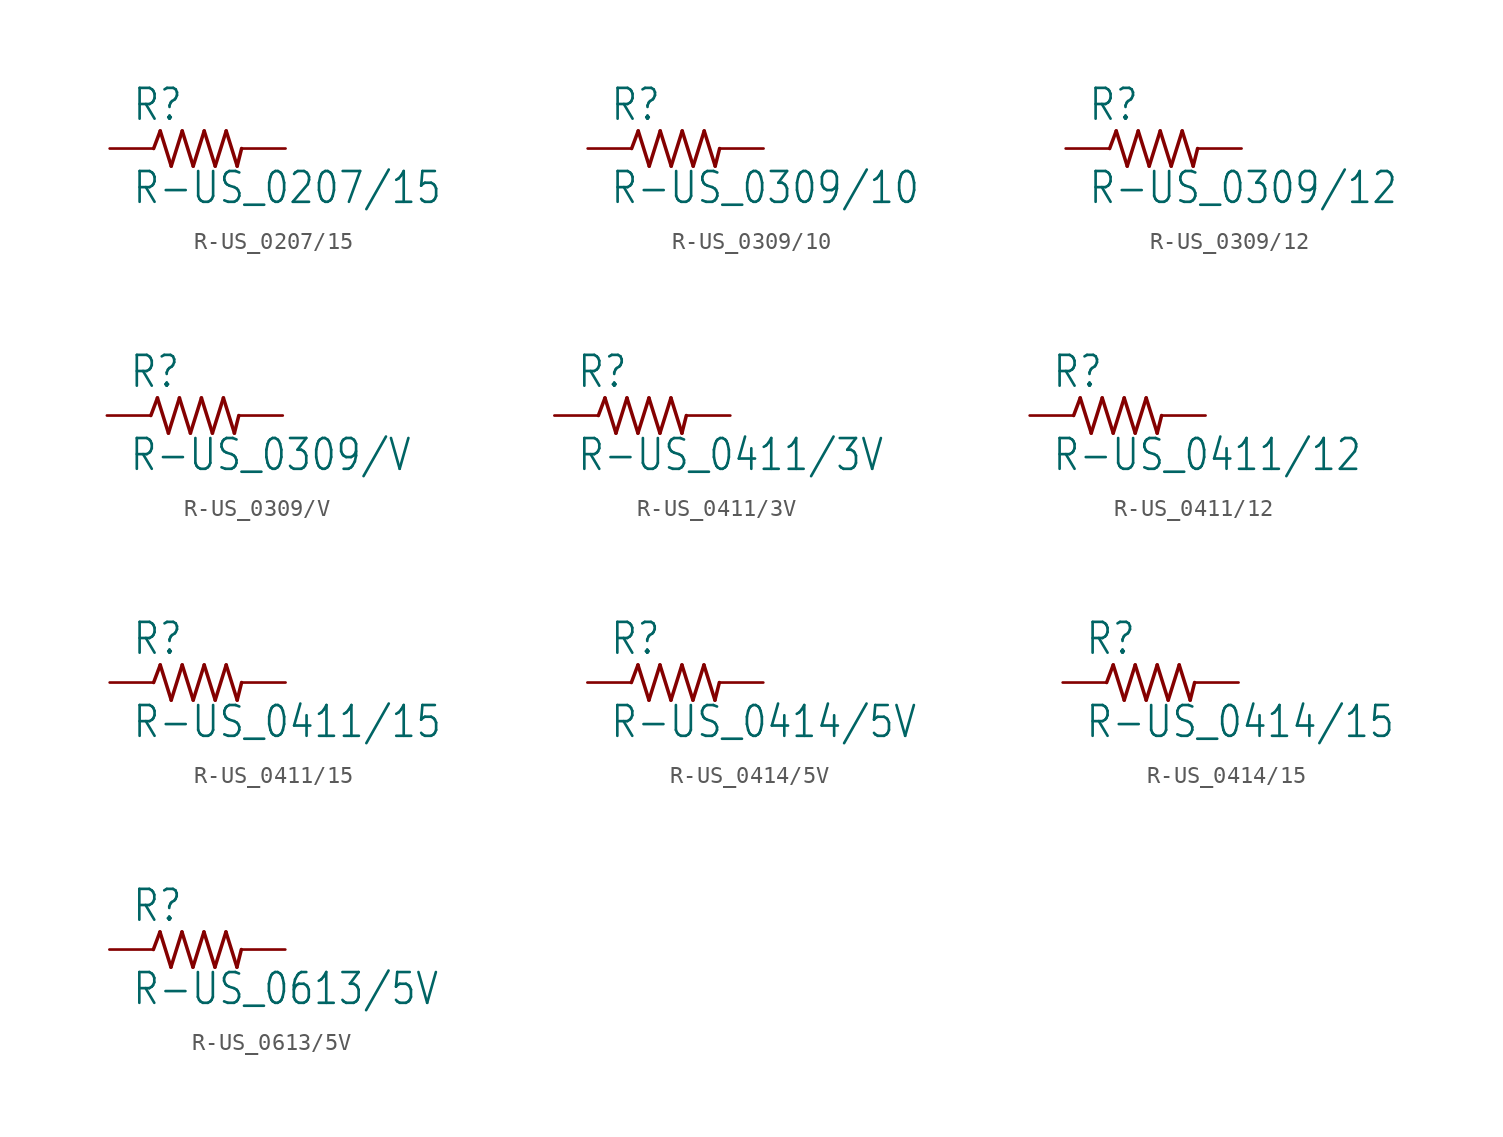
<source format=kicad_sym>
(kicad_symbol_lib
  (version 20220914)
  (generator kicad_symbol_editor)
  (symbol "R-US_0207/15"
    (property "Reference" "R"
      (at -3.81 1.499 0)
      (effects (font (size 1.778 1.511)) (justify left bottom)))
    (property "Value" "R-US_0207{slash}15"
      (at -3.81 -3.302 0)
      (effects (font (size 1.778 1.511)) (justify left bottom)))
    (property "ki_locked" ""
      (at 0 0 0)
      (effects (font (size 1.27 1.27))))
    (symbol "R-US_0207/15_1_0"
      (polyline (pts (xy -2.54 0) (xy -2.159 1.016)) (stroke (width 0.203) (type default)) (fill (type none)))
      (polyline (pts (xy -2.159 1.016) (xy -1.524 -1.016)) (stroke (width 0.203) (type default)) (fill (type none)))
      (polyline (pts (xy -1.524 -1.016) (xy -0.889 1.016)) (stroke (width 0.203) (type default)) (fill (type none)))
      (polyline (pts (xy -0.889 1.016) (xy -0.254 -1.016)) (stroke (width 0.203) (type default)) (fill (type none)))
      (polyline (pts (xy -0.254 -1.016) (xy 0.381 1.016)) (stroke (width 0.203) (type default)) (fill (type none)))
      (polyline (pts (xy 0.381 1.016) (xy 1.016 -1.016)) (stroke (width 0.203) (type default)) (fill (type none)))
      (polyline (pts (xy 1.016 -1.016) (xy 1.651 1.016)) (stroke (width 0.203) (type default)) (fill (type none)))
      (polyline (pts (xy 1.651 1.016) (xy 2.286 -1.016)) (stroke (width 0.203) (type default)) (fill (type none)))
      (polyline (pts (xy 2.286 -1.016) (xy 2.54 0)) (stroke (width 0.203) (type default)) (fill (type none)))
      (pin passive line (at -5.08 0 0) (length 2.54) (name "1" (effects (font (size 0 0)))) (number "1" (effects (font (size 0 0)))))
      (pin passive line (at 5.08 0 180) (length 2.54) (name "2" (effects (font (size 0 0)))) (number "2" (effects (font (size 0 0)))))))
  (symbol "R-US_0309/10"
    (property "Reference" "R"
      (at -3.81 1.499 0)
      (effects (font (size 1.778 1.511)) (justify left bottom)))
    (property "Value" "R-US_0309{slash}10"
      (at -3.81 -3.302 0)
      (effects (font (size 1.778 1.511)) (justify left bottom)))
    (property "ki_locked" ""
      (at 0 0 0)
      (effects (font (size 1.27 1.27))))
    (symbol "R-US_0309/10_1_0"
      (polyline (pts (xy -2.54 0) (xy -2.159 1.016)) (stroke (width 0.203) (type default)) (fill (type none)))
      (polyline (pts (xy -2.159 1.016) (xy -1.524 -1.016)) (stroke (width 0.203) (type default)) (fill (type none)))
      (polyline (pts (xy -1.524 -1.016) (xy -0.889 1.016)) (stroke (width 0.203) (type default)) (fill (type none)))
      (polyline (pts (xy -0.889 1.016) (xy -0.254 -1.016)) (stroke (width 0.203) (type default)) (fill (type none)))
      (polyline (pts (xy -0.254 -1.016) (xy 0.381 1.016)) (stroke (width 0.203) (type default)) (fill (type none)))
      (polyline (pts (xy 0.381 1.016) (xy 1.016 -1.016)) (stroke (width 0.203) (type default)) (fill (type none)))
      (polyline (pts (xy 1.016 -1.016) (xy 1.651 1.016)) (stroke (width 0.203) (type default)) (fill (type none)))
      (polyline (pts (xy 1.651 1.016) (xy 2.286 -1.016)) (stroke (width 0.203) (type default)) (fill (type none)))
      (polyline (pts (xy 2.286 -1.016) (xy 2.54 0)) (stroke (width 0.203) (type default)) (fill (type none)))
      (pin passive line (at -5.08 0 0) (length 2.54) (name "1" (effects (font (size 0 0)))) (number "1" (effects (font (size 0 0)))))
      (pin passive line (at 5.08 0 180) (length 2.54) (name "2" (effects (font (size 0 0)))) (number "2" (effects (font (size 0 0)))))))
  (symbol "R-US_0309/12"
    (property "Reference" "R"
      (at -3.81 1.499 0)
      (effects (font (size 1.778 1.511)) (justify left bottom)))
    (property "Value" "R-US_0309{slash}12"
      (at -3.81 -3.302 0)
      (effects (font (size 1.778 1.511)) (justify left bottom)))
    (property "ki_locked" ""
      (at 0 0 0)
      (effects (font (size 1.27 1.27))))
    (symbol "R-US_0309/12_1_0"
      (polyline (pts (xy -2.54 0) (xy -2.159 1.016)) (stroke (width 0.203) (type default)) (fill (type none)))
      (polyline (pts (xy -2.159 1.016) (xy -1.524 -1.016)) (stroke (width 0.203) (type default)) (fill (type none)))
      (polyline (pts (xy -1.524 -1.016) (xy -0.889 1.016)) (stroke (width 0.203) (type default)) (fill (type none)))
      (polyline (pts (xy -0.889 1.016) (xy -0.254 -1.016)) (stroke (width 0.203) (type default)) (fill (type none)))
      (polyline (pts (xy -0.254 -1.016) (xy 0.381 1.016)) (stroke (width 0.203) (type default)) (fill (type none)))
      (polyline (pts (xy 0.381 1.016) (xy 1.016 -1.016)) (stroke (width 0.203) (type default)) (fill (type none)))
      (polyline (pts (xy 1.016 -1.016) (xy 1.651 1.016)) (stroke (width 0.203) (type default)) (fill (type none)))
      (polyline (pts (xy 1.651 1.016) (xy 2.286 -1.016)) (stroke (width 0.203) (type default)) (fill (type none)))
      (polyline (pts (xy 2.286 -1.016) (xy 2.54 0)) (stroke (width 0.203) (type default)) (fill (type none)))
      (pin passive line (at -5.08 0 0) (length 2.54) (name "1" (effects (font (size 0 0)))) (number "1" (effects (font (size 0 0)))))
      (pin passive line (at 5.08 0 180) (length 2.54) (name "2" (effects (font (size 0 0)))) (number "2" (effects (font (size 0 0)))))))
  (symbol "R-US_0309/V"
    (property "Reference" "R"
      (at -3.81 1.499 0)
      (effects (font (size 1.778 1.511)) (justify left bottom)))
    (property "Value" "R-US_0309{slash}V"
      (at -3.81 -3.302 0)
      (effects (font (size 1.778 1.511)) (justify left bottom)))
    (property "ki_locked" ""
      (at 0 0 0)
      (effects (font (size 1.27 1.27))))
    (symbol "R-US_0309/V_1_0"
      (polyline (pts (xy -2.54 0) (xy -2.159 1.016)) (stroke (width 0.203) (type default)) (fill (type none)))
      (polyline (pts (xy -2.159 1.016) (xy -1.524 -1.016)) (stroke (width 0.203) (type default)) (fill (type none)))
      (polyline (pts (xy -1.524 -1.016) (xy -0.889 1.016)) (stroke (width 0.203) (type default)) (fill (type none)))
      (polyline (pts (xy -0.889 1.016) (xy -0.254 -1.016)) (stroke (width 0.203) (type default)) (fill (type none)))
      (polyline (pts (xy -0.254 -1.016) (xy 0.381 1.016)) (stroke (width 0.203) (type default)) (fill (type none)))
      (polyline (pts (xy 0.381 1.016) (xy 1.016 -1.016)) (stroke (width 0.203) (type default)) (fill (type none)))
      (polyline (pts (xy 1.016 -1.016) (xy 1.651 1.016)) (stroke (width 0.203) (type default)) (fill (type none)))
      (polyline (pts (xy 1.651 1.016) (xy 2.286 -1.016)) (stroke (width 0.203) (type default)) (fill (type none)))
      (polyline (pts (xy 2.286 -1.016) (xy 2.54 0)) (stroke (width 0.203) (type default)) (fill (type none)))
      (pin passive line (at -5.08 0 0) (length 2.54) (name "1" (effects (font (size 0 0)))) (number "1" (effects (font (size 0 0)))))
      (pin passive line (at 5.08 0 180) (length 2.54) (name "2" (effects (font (size 0 0)))) (number "2" (effects (font (size 0 0)))))))
  (symbol "R-US_0411/3V"
    (property "Reference" "R"
      (at -3.81 1.499 0)
      (effects (font (size 1.778 1.511)) (justify left bottom)))
    (property "Value" "R-US_0411{slash}3V"
      (at -3.81 -3.302 0)
      (effects (font (size 1.778 1.511)) (justify left bottom)))
    (property "ki_locked" ""
      (at 0 0 0)
      (effects (font (size 1.27 1.27))))
    (symbol "R-US_0411/3V_1_0"
      (polyline (pts (xy -2.54 0) (xy -2.159 1.016)) (stroke (width 0.203) (type default)) (fill (type none)))
      (polyline (pts (xy -2.159 1.016) (xy -1.524 -1.016)) (stroke (width 0.203) (type default)) (fill (type none)))
      (polyline (pts (xy -1.524 -1.016) (xy -0.889 1.016)) (stroke (width 0.203) (type default)) (fill (type none)))
      (polyline (pts (xy -0.889 1.016) (xy -0.254 -1.016)) (stroke (width 0.203) (type default)) (fill (type none)))
      (polyline (pts (xy -0.254 -1.016) (xy 0.381 1.016)) (stroke (width 0.203) (type default)) (fill (type none)))
      (polyline (pts (xy 0.381 1.016) (xy 1.016 -1.016)) (stroke (width 0.203) (type default)) (fill (type none)))
      (polyline (pts (xy 1.016 -1.016) (xy 1.651 1.016)) (stroke (width 0.203) (type default)) (fill (type none)))
      (polyline (pts (xy 1.651 1.016) (xy 2.286 -1.016)) (stroke (width 0.203) (type default)) (fill (type none)))
      (polyline (pts (xy 2.286 -1.016) (xy 2.54 0)) (stroke (width 0.203) (type default)) (fill (type none)))
      (pin passive line (at -5.08 0 0) (length 2.54) (name "1" (effects (font (size 0 0)))) (number "1" (effects (font (size 0 0)))))
      (pin passive line (at 5.08 0 180) (length 2.54) (name "2" (effects (font (size 0 0)))) (number "2" (effects (font (size 0 0)))))))
  (symbol "R-US_0411/12"
    (property "Reference" "R"
      (at -3.81 1.499 0)
      (effects (font (size 1.778 1.511)) (justify left bottom)))
    (property "Value" "R-US_0411{slash}12"
      (at -3.81 -3.302 0)
      (effects (font (size 1.778 1.511)) (justify left bottom)))
    (property "ki_locked" ""
      (at 0 0 0)
      (effects (font (size 1.27 1.27))))
    (symbol "R-US_0411/12_1_0"
      (polyline (pts (xy -2.54 0) (xy -2.159 1.016)) (stroke (width 0.203) (type default)) (fill (type none)))
      (polyline (pts (xy -2.159 1.016) (xy -1.524 -1.016)) (stroke (width 0.203) (type default)) (fill (type none)))
      (polyline (pts (xy -1.524 -1.016) (xy -0.889 1.016)) (stroke (width 0.203) (type default)) (fill (type none)))
      (polyline (pts (xy -0.889 1.016) (xy -0.254 -1.016)) (stroke (width 0.203) (type default)) (fill (type none)))
      (polyline (pts (xy -0.254 -1.016) (xy 0.381 1.016)) (stroke (width 0.203) (type default)) (fill (type none)))
      (polyline (pts (xy 0.381 1.016) (xy 1.016 -1.016)) (stroke (width 0.203) (type default)) (fill (type none)))
      (polyline (pts (xy 1.016 -1.016) (xy 1.651 1.016)) (stroke (width 0.203) (type default)) (fill (type none)))
      (polyline (pts (xy 1.651 1.016) (xy 2.286 -1.016)) (stroke (width 0.203) (type default)) (fill (type none)))
      (polyline (pts (xy 2.286 -1.016) (xy 2.54 0)) (stroke (width 0.203) (type default)) (fill (type none)))
      (pin passive line (at -5.08 0 0) (length 2.54) (name "1" (effects (font (size 0 0)))) (number "1" (effects (font (size 0 0)))))
      (pin passive line (at 5.08 0 180) (length 2.54) (name "2" (effects (font (size 0 0)))) (number "2" (effects (font (size 0 0)))))))
  (symbol "R-US_0411/15"
    (property "Reference" "R"
      (at -3.81 1.499 0)
      (effects (font (size 1.778 1.511)) (justify left bottom)))
    (property "Value" "R-US_0411{slash}15"
      (at -3.81 -3.302 0)
      (effects (font (size 1.778 1.511)) (justify left bottom)))
    (property "ki_locked" ""
      (at 0 0 0)
      (effects (font (size 1.27 1.27))))
    (symbol "R-US_0411/15_1_0"
      (polyline (pts (xy -2.54 0) (xy -2.159 1.016)) (stroke (width 0.203) (type default)) (fill (type none)))
      (polyline (pts (xy -2.159 1.016) (xy -1.524 -1.016)) (stroke (width 0.203) (type default)) (fill (type none)))
      (polyline (pts (xy -1.524 -1.016) (xy -0.889 1.016)) (stroke (width 0.203) (type default)) (fill (type none)))
      (polyline (pts (xy -0.889 1.016) (xy -0.254 -1.016)) (stroke (width 0.203) (type default)) (fill (type none)))
      (polyline (pts (xy -0.254 -1.016) (xy 0.381 1.016)) (stroke (width 0.203) (type default)) (fill (type none)))
      (polyline (pts (xy 0.381 1.016) (xy 1.016 -1.016)) (stroke (width 0.203) (type default)) (fill (type none)))
      (polyline (pts (xy 1.016 -1.016) (xy 1.651 1.016)) (stroke (width 0.203) (type default)) (fill (type none)))
      (polyline (pts (xy 1.651 1.016) (xy 2.286 -1.016)) (stroke (width 0.203) (type default)) (fill (type none)))
      (polyline (pts (xy 2.286 -1.016) (xy 2.54 0)) (stroke (width 0.203) (type default)) (fill (type none)))
      (pin passive line (at -5.08 0 0) (length 2.54) (name "1" (effects (font (size 0 0)))) (number "1" (effects (font (size 0 0)))))
      (pin passive line (at 5.08 0 180) (length 2.54) (name "2" (effects (font (size 0 0)))) (number "2" (effects (font (size 0 0)))))))
  (symbol "R-US_0414/5V"
    (property "Reference" "R"
      (at -3.81 1.499 0)
      (effects (font (size 1.778 1.511)) (justify left bottom)))
    (property "Value" "R-US_0414{slash}5V"
      (at -3.81 -3.302 0)
      (effects (font (size 1.778 1.511)) (justify left bottom)))
    (property "ki_locked" ""
      (at 0 0 0)
      (effects (font (size 1.27 1.27))))
    (symbol "R-US_0414/5V_1_0"
      (polyline (pts (xy -2.54 0) (xy -2.159 1.016)) (stroke (width 0.203) (type default)) (fill (type none)))
      (polyline (pts (xy -2.159 1.016) (xy -1.524 -1.016)) (stroke (width 0.203) (type default)) (fill (type none)))
      (polyline (pts (xy -1.524 -1.016) (xy -0.889 1.016)) (stroke (width 0.203) (type default)) (fill (type none)))
      (polyline (pts (xy -0.889 1.016) (xy -0.254 -1.016)) (stroke (width 0.203) (type default)) (fill (type none)))
      (polyline (pts (xy -0.254 -1.016) (xy 0.381 1.016)) (stroke (width 0.203) (type default)) (fill (type none)))
      (polyline (pts (xy 0.381 1.016) (xy 1.016 -1.016)) (stroke (width 0.203) (type default)) (fill (type none)))
      (polyline (pts (xy 1.016 -1.016) (xy 1.651 1.016)) (stroke (width 0.203) (type default)) (fill (type none)))
      (polyline (pts (xy 1.651 1.016) (xy 2.286 -1.016)) (stroke (width 0.203) (type default)) (fill (type none)))
      (polyline (pts (xy 2.286 -1.016) (xy 2.54 0)) (stroke (width 0.203) (type default)) (fill (type none)))
      (pin passive line (at -5.08 0 0) (length 2.54) (name "1" (effects (font (size 0 0)))) (number "1" (effects (font (size 0 0)))))
      (pin passive line (at 5.08 0 180) (length 2.54) (name "2" (effects (font (size 0 0)))) (number "2" (effects (font (size 0 0)))))))
  (symbol "R-US_0414/15"
    (property "Reference" "R"
      (at -3.81 1.499 0)
      (effects (font (size 1.778 1.511)) (justify left bottom)))
    (property "Value" "R-US_0414{slash}15"
      (at -3.81 -3.302 0)
      (effects (font (size 1.778 1.511)) (justify left bottom)))
    (property "ki_locked" ""
      (at 0 0 0)
      (effects (font (size 1.27 1.27))))
    (symbol "R-US_0414/15_1_0"
      (polyline (pts (xy -2.54 0) (xy -2.159 1.016)) (stroke (width 0.203) (type default)) (fill (type none)))
      (polyline (pts (xy -2.159 1.016) (xy -1.524 -1.016)) (stroke (width 0.203) (type default)) (fill (type none)))
      (polyline (pts (xy -1.524 -1.016) (xy -0.889 1.016)) (stroke (width 0.203) (type default)) (fill (type none)))
      (polyline (pts (xy -0.889 1.016) (xy -0.254 -1.016)) (stroke (width 0.203) (type default)) (fill (type none)))
      (polyline (pts (xy -0.254 -1.016) (xy 0.381 1.016)) (stroke (width 0.203) (type default)) (fill (type none)))
      (polyline (pts (xy 0.381 1.016) (xy 1.016 -1.016)) (stroke (width 0.203) (type default)) (fill (type none)))
      (polyline (pts (xy 1.016 -1.016) (xy 1.651 1.016)) (stroke (width 0.203) (type default)) (fill (type none)))
      (polyline (pts (xy 1.651 1.016) (xy 2.286 -1.016)) (stroke (width 0.203) (type default)) (fill (type none)))
      (polyline (pts (xy 2.286 -1.016) (xy 2.54 0)) (stroke (width 0.203) (type default)) (fill (type none)))
      (pin passive line (at -5.08 0 0) (length 2.54) (name "1" (effects (font (size 0 0)))) (number "1" (effects (font (size 0 0)))))
      (pin passive line (at 5.08 0 180) (length 2.54) (name "2" (effects (font (size 0 0)))) (number "2" (effects (font (size 0 0)))))))
  (symbol "R-US_0613/5V"
    (property "Reference" "R"
      (at -3.81 1.499 0)
      (effects (font (size 1.778 1.511)) (justify left bottom)))
    (property "Value" "R-US_0613{slash}5V"
      (at -3.81 -3.302 0)
      (effects (font (size 1.778 1.511)) (justify left bottom)))
    (property "ki_locked" ""
      (at 0 0 0)
      (effects (font (size 1.27 1.27))))
    (symbol "R-US_0613/5V_1_0"
      (polyline (pts (xy -2.54 0) (xy -2.159 1.016)) (stroke (width 0.203) (type default)) (fill (type none)))
      (polyline (pts (xy -2.159 1.016) (xy -1.524 -1.016)) (stroke (width 0.203) (type default)) (fill (type none)))
      (polyline (pts (xy -1.524 -1.016) (xy -0.889 1.016)) (stroke (width 0.203) (type default)) (fill (type none)))
      (polyline (pts (xy -0.889 1.016) (xy -0.254 -1.016)) (stroke (width 0.203) (type default)) (fill (type none)))
      (polyline (pts (xy -0.254 -1.016) (xy 0.381 1.016)) (stroke (width 0.203) (type default)) (fill (type none)))
      (polyline (pts (xy 0.381 1.016) (xy 1.016 -1.016)) (stroke (width 0.203) (type default)) (fill (type none)))
      (polyline (pts (xy 1.016 -1.016) (xy 1.651 1.016)) (stroke (width 0.203) (type default)) (fill (type none)))
      (polyline (pts (xy 1.651 1.016) (xy 2.286 -1.016)) (stroke (width 0.203) (type default)) (fill (type none)))
      (polyline (pts (xy 2.286 -1.016) (xy 2.54 0)) (stroke (width 0.203) (type default)) (fill (type none)))
      (pin passive line (at -5.08 0 0) (length 2.54) (name "1" (effects (font (size 0 0)))) (number "1" (effects (font (size 0 0)))))
      (pin passive line (at 5.08 0 180) (length 2.54) (name "2" (effects (font (size 0 0)))) (number "2" (effects (font (size 0 0))))))))
</source>
